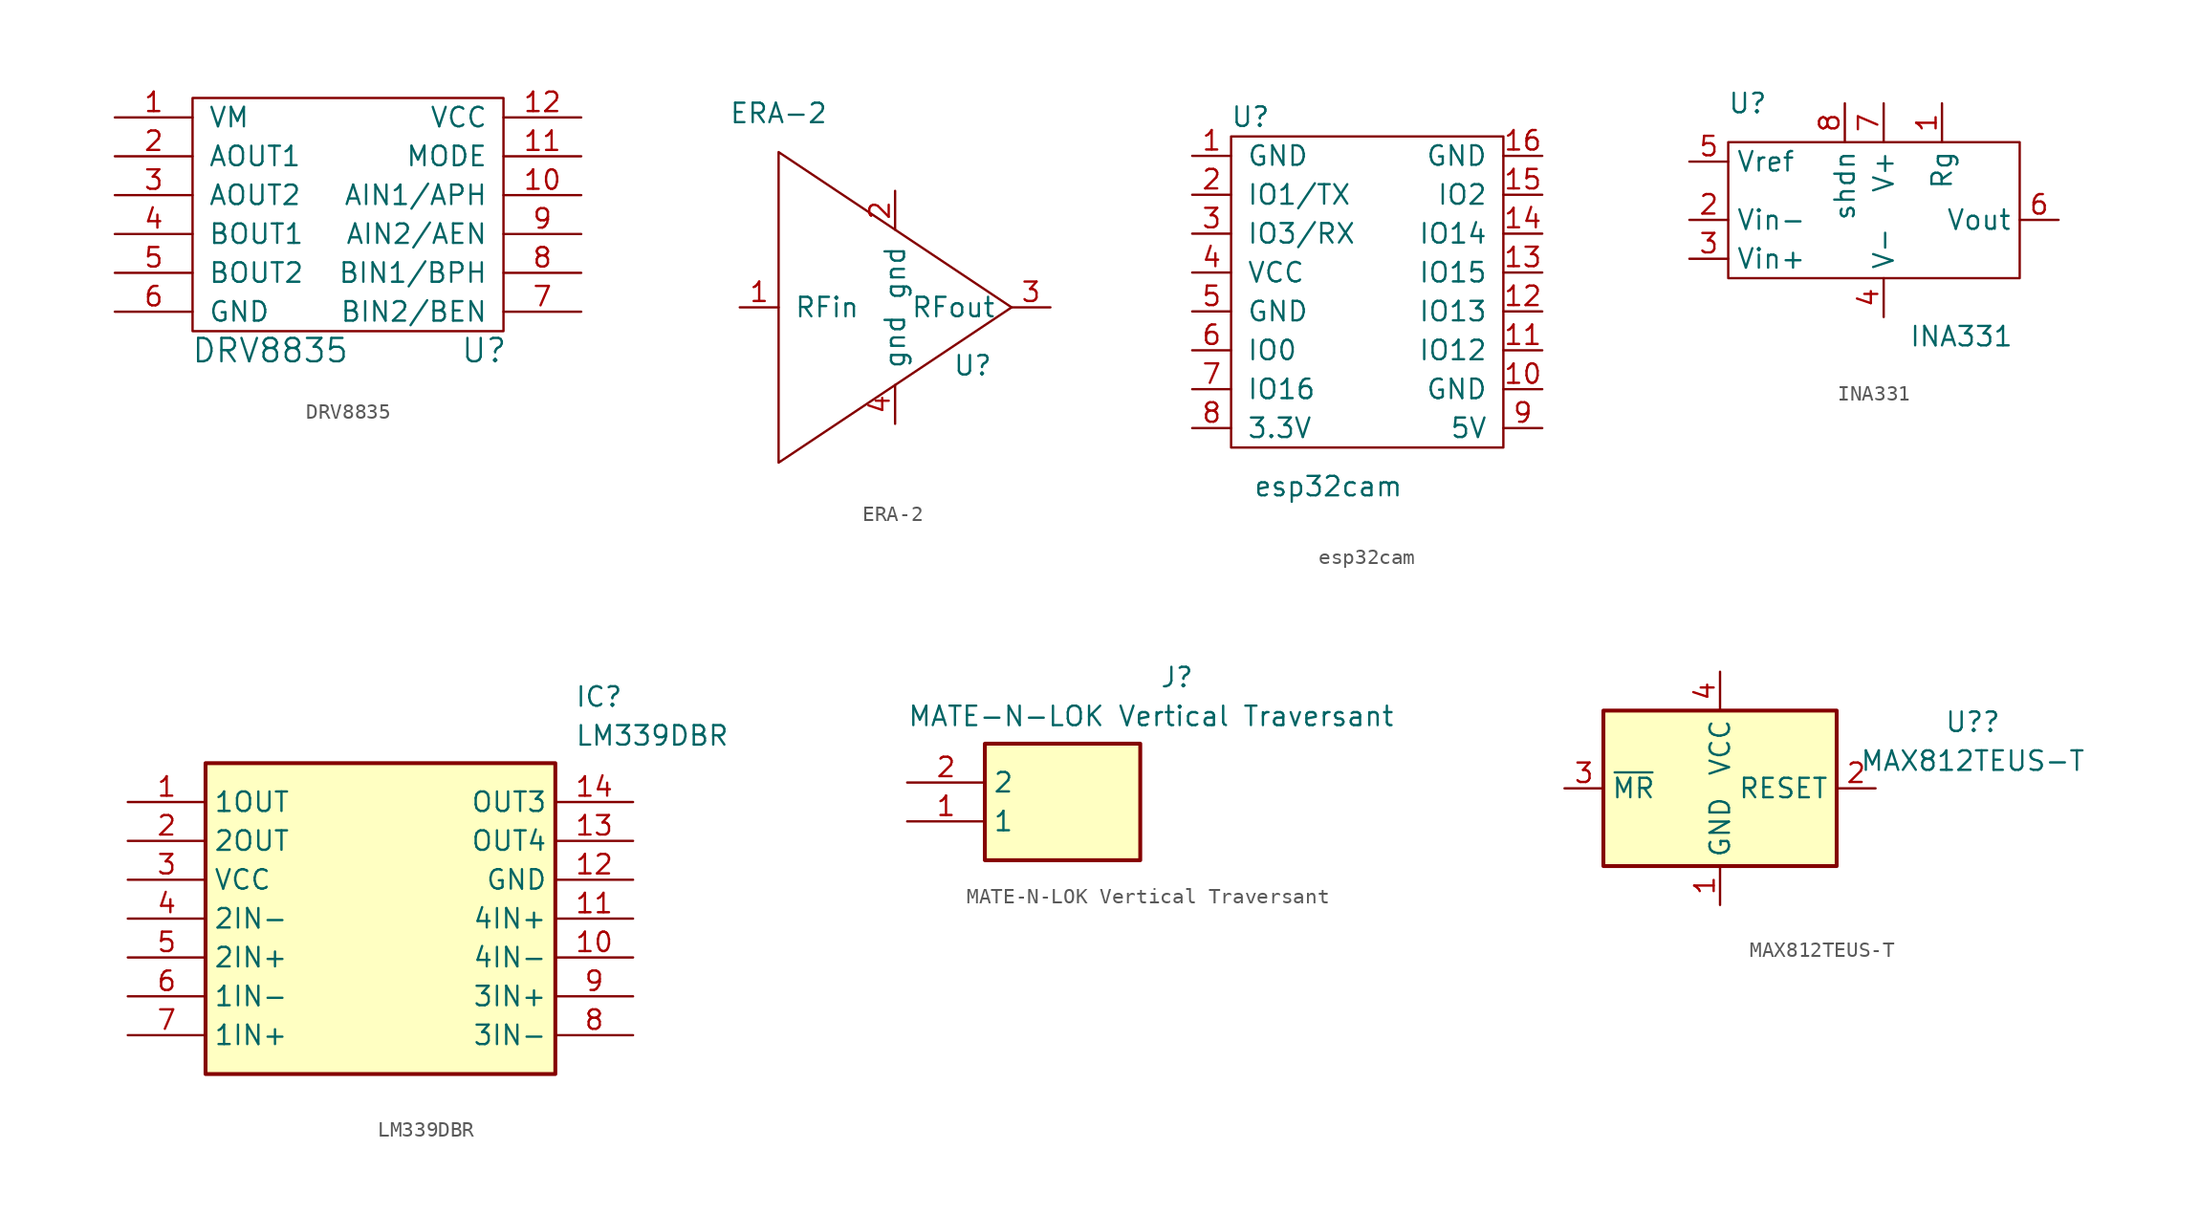
<source format=kicad_sym>
(kicad_symbol_lib
  (version 20231120)
  (generator "kicad_symbol_editor")
  (generator_version "8.0")
  (symbol "DRV8835"
    (pin_names
      (offset 1.016))
    (property "Reference" "U"
      (at 8.89 -8.89 0)
      (effects (font (size 1.524 1.524))))
    (property "Value" "DRV8835"
      (at -5.08 -8.89 0)
      (effects (font (size 1.524 1.524))))
    (symbol "DRV8835_0_1"
      (rectangle (start -10.16 7.62) (end 10.16 -7.62) (stroke (width 0) (type default)) (fill (type none))))
    (symbol "DRV8835_1_1"
      (pin passive line (at -15.24 6.35 0) (length 5.08) (name "VM" (effects (font (size 1.27 1.27)))) (number "1" (effects (font (size 1.27 1.27)))))
      (pin input line (at 15.24 1.27 180) (length 5.08) (name "AIN1/APH" (effects (font (size 1.27 1.27)))) (number "10" (effects (font (size 1.27 1.27)))))
      (pin input line (at 15.24 3.81 180) (length 5.08) (name "MODE" (effects (font (size 1.27 1.27)))) (number "11" (effects (font (size 1.27 1.27)))))
      (pin power_in line (at 15.24 6.35 180) (length 5.08) (name "VCC" (effects (font (size 1.27 1.27)))) (number "12" (effects (font (size 1.27 1.27)))))
      (pin passive line (at -15.24 3.81 0) (length 5.08) (name "AOUT1" (effects (font (size 1.27 1.27)))) (number "2" (effects (font (size 1.27 1.27)))))
      (pin passive line (at -15.24 1.27 0) (length 5.08) (name "AOUT2" (effects (font (size 1.27 1.27)))) (number "3" (effects (font (size 1.27 1.27)))))
      (pin passive line (at -15.24 -1.27 0) (length 5.08) (name "BOUT1" (effects (font (size 1.27 1.27)))) (number "4" (effects (font (size 1.27 1.27)))))
      (pin passive line (at -15.24 -3.81 0) (length 5.08) (name "BOUT2" (effects (font (size 1.27 1.27)))) (number "5" (effects (font (size 1.27 1.27)))))
      (pin passive line (at -15.24 -6.35 0) (length 5.08) (name "GND" (effects (font (size 1.27 1.27)))) (number "6" (effects (font (size 1.27 1.27)))))
      (pin input line (at 15.24 -6.35 180) (length 5.08) (name "BIN2/BEN" (effects (font (size 1.27 1.27)))) (number "7" (effects (font (size 1.27 1.27)))))
      (pin input line (at 15.24 -3.81 180) (length 5.08) (name "BIN1/BPH" (effects (font (size 1.27 1.27)))) (number "8" (effects (font (size 1.27 1.27)))))
      (pin input line (at 15.24 -1.27 180) (length 5.08) (name "AIN2/AEN" (effects (font (size 1.27 1.27)))) (number "9" (effects (font (size 1.27 1.27)))))))
  (symbol "ERA-2"
    (pin_names
      (offset 1.016))
    (property "Reference" "U"
      (at 5.08 -3.81 0)
      (effects (font (size 1.27 1.27))))
    (property "Value" "ERA-2"
      (at -7.62 12.7 0)
      (effects (font (size 1.27 1.27))))
    (symbol "ERA-2_0_1"
      (polyline (pts (xy 7.62 0) (xy -3.81 7.62) (xy -7.62 10.16) (xy -7.62 -10.16) (xy 7.62 0)) (stroke (width 0) (type default)) (fill (type none))))
    (symbol "ERA-2_1_1"
      (pin input line (at -10.16 0 0) (length 2.54) (name "RFin" (effects (font (size 1.27 1.27)))) (number "1" (effects (font (size 1.27 1.27)))))
      (pin input line (at 0 7.62 270) (length 2.54) (name "gnd" (effects (font (size 1.27 1.27)))) (number "2" (effects (font (size 1.27 1.27)))))
      (pin input line (at 10.16 0 180) (length 2.54) (name "RFout" (effects (font (size 1.27 1.27)))) (number "3" (effects (font (size 1.27 1.27)))))
      (pin input line (at 0 -7.62 90) (length 2.54) (name "gnd" (effects (font (size 1.27 1.27)))) (number "4" (effects (font (size 1.27 1.27)))))))
  (symbol "esp32cam"
    (pin_names
      (offset 1.016))
    (property "Reference" "U"
      (at -7.62 11.43 0)
      (effects (font (size 1.27 1.27))))
    (property "Value" "esp32cam"
      (at -2.54 -12.7 0)
      (effects (font (size 1.27 1.27))))
    (symbol "esp32cam_0_1"
      (rectangle (start -8.89 10.16) (end 8.89 -10.16) (stroke (width 0) (type default)) (fill (type none))))
    (symbol "esp32cam_1_1"
      (pin power_in line (at -11.43 8.89 0) (length 2.54) (name "GND" (effects (font (size 1.27 1.27)))) (number "1" (effects (font (size 1.27 1.27)))))
      (pin power_in line (at 11.43 -6.35 180) (length 2.54) (name "GND" (effects (font (size 1.27 1.27)))) (number "10" (effects (font (size 1.27 1.27)))))
      (pin input line (at 11.43 -3.81 180) (length 2.54) (name "IO12" (effects (font (size 1.27 1.27)))) (number "11" (effects (font (size 1.27 1.27)))))
      (pin input line (at 11.43 -1.27 180) (length 2.54) (name "IO13" (effects (font (size 1.27 1.27)))) (number "12" (effects (font (size 1.27 1.27)))))
      (pin input line (at 11.43 1.27 180) (length 2.54) (name "IO15" (effects (font (size 1.27 1.27)))) (number "13" (effects (font (size 1.27 1.27)))))
      (pin input line (at 11.43 3.81 180) (length 2.54) (name "IO14" (effects (font (size 1.27 1.27)))) (number "14" (effects (font (size 1.27 1.27)))))
      (pin input line (at 11.43 6.35 180) (length 2.54) (name "IO2" (effects (font (size 1.27 1.27)))) (number "15" (effects (font (size 1.27 1.27)))))
      (pin power_in line (at 11.43 8.89 180) (length 2.54) (name "GND" (effects (font (size 1.27 1.27)))) (number "16" (effects (font (size 1.27 1.27)))))
      (pin output line (at -11.43 6.35 0) (length 2.54) (name "IO1/TX" (effects (font (size 1.27 1.27)))) (number "2" (effects (font (size 1.27 1.27)))))
      (pin input line (at -11.43 3.81 0) (length 2.54) (name "IO3/RX" (effects (font (size 1.27 1.27)))) (number "3" (effects (font (size 1.27 1.27)))))
      (pin power_out line (at -11.43 1.27 0) (length 2.54) (name "VCC" (effects (font (size 1.27 1.27)))) (number "4" (effects (font (size 1.27 1.27)))))
      (pin power_in line (at -11.43 -1.27 0) (length 2.54) (name "GND" (effects (font (size 1.27 1.27)))) (number "5" (effects (font (size 1.27 1.27)))))
      (pin input line (at -11.43 -3.81 0) (length 2.54) (name "IO0" (effects (font (size 1.27 1.27)))) (number "6" (effects (font (size 1.27 1.27)))))
      (pin input line (at -11.43 -6.35 0) (length 2.54) (name "IO16" (effects (font (size 1.27 1.27)))) (number "7" (effects (font (size 1.27 1.27)))))
      (pin power_in line (at -11.43 -8.89 0) (length 2.54) (name "3.3V" (effects (font (size 1.27 1.27)))) (number "8" (effects (font (size 1.27 1.27)))))
      (pin power_in line (at 11.43 -8.89 180) (length 2.54) (name "5V" (effects (font (size 1.27 1.27)))) (number "9" (effects (font (size 1.27 1.27)))))))
  (symbol "INA331"
    (property "Reference" "U"
      (at -8.89 8.89 0)
      (effects (font (size 1.27 1.27))))
    (property "Value" "INA331"
      (at 5.08 -6.35 0)
      (effects (font (size 1.27 1.27))))
    (symbol "INA331_0_1"
      (rectangle (start -10.16 6.35) (end 8.89 -2.54) (stroke (width 0) (type default)) (fill (type none))))
    (symbol "INA331_1_1"
      (pin input line (at 3.81 8.89 270) (length 2.54) (name "Rg" (effects (font (size 1.27 1.27)))) (number "1" (effects (font (size 1.27 1.27)))))
      (pin input line (at -12.7 1.27 0) (length 2.54) (name "Vin-" (effects (font (size 1.27 1.27)))) (number "2" (effects (font (size 1.27 1.27)))))
      (pin input line (at -12.7 -1.27 0) (length 2.54) (name "Vin+" (effects (font (size 1.27 1.27)))) (number "3" (effects (font (size 1.27 1.27)))))
      (pin input line (at 0 -5.08 90) (length 2.54) (name "V-" (effects (font (size 1.27 1.27)))) (number "4" (effects (font (size 1.27 1.27)))))
      (pin input line (at -12.7 5.08 0) (length 2.54) (name "Vref" (effects (font (size 1.27 1.27)))) (number "5" (effects (font (size 1.27 1.27)))))
      (pin input line (at 11.43 1.27 180) (length 2.54) (name "Vout" (effects (font (size 1.27 1.27)))) (number "6" (effects (font (size 1.27 1.27)))))
      (pin input line (at 0 8.89 270) (length 2.54) (name "V+" (effects (font (size 1.27 1.27)))) (number "7" (effects (font (size 1.27 1.27)))))
      (pin input line (at -2.54 8.89 270) (length 2.54) (name "shdn" (effects (font (size 1.27 1.27)))) (number "8" (effects (font (size 1.27 1.27)))))))
  (symbol "LM339DBR"
    (property "Reference" "IC"
      (at 29.21 7.62 0)
      (effects (font (size 1.27 1.27)) (justify left top)))
    (property "Value" "LM339DBR"
      (at 29.21 5.08 0)
      (effects (font (size 1.27 1.27)) (justify left top)))
    (symbol "LM339DBR_1_1"
      (rectangle (start 5.08 2.54) (end 27.94 -17.78) (stroke (width 0.254) (type default)) (fill (type background)))
      (pin passive line (at 0 0 0) (length 5.08) (name "1OUT" (effects (font (size 1.27 1.27)))) (number "1" (effects (font (size 1.27 1.27)))))
      (pin passive line (at 33.02 -10.16 180) (length 5.08) (name "4IN-" (effects (font (size 1.27 1.27)))) (number "10" (effects (font (size 1.27 1.27)))))
      (pin passive line (at 33.02 -7.62 180) (length 5.08) (name "4IN+" (effects (font (size 1.27 1.27)))) (number "11" (effects (font (size 1.27 1.27)))))
      (pin passive line (at 33.02 -5.08 180) (length 5.08) (name "GND" (effects (font (size 1.27 1.27)))) (number "12" (effects (font (size 1.27 1.27)))))
      (pin passive line (at 33.02 -2.54 180) (length 5.08) (name "OUT4" (effects (font (size 1.27 1.27)))) (number "13" (effects (font (size 1.27 1.27)))))
      (pin passive line (at 33.02 0 180) (length 5.08) (name "OUT3" (effects (font (size 1.27 1.27)))) (number "14" (effects (font (size 1.27 1.27)))))
      (pin passive line (at 0 -2.54 0) (length 5.08) (name "2OUT" (effects (font (size 1.27 1.27)))) (number "2" (effects (font (size 1.27 1.27)))))
      (pin passive line (at 0 -5.08 0) (length 5.08) (name "VCC" (effects (font (size 1.27 1.27)))) (number "3" (effects (font (size 1.27 1.27)))))
      (pin passive line (at 0 -7.62 0) (length 5.08) (name "2IN-" (effects (font (size 1.27 1.27)))) (number "4" (effects (font (size 1.27 1.27)))))
      (pin passive line (at 0 -10.16 0) (length 5.08) (name "2IN+" (effects (font (size 1.27 1.27)))) (number "5" (effects (font (size 1.27 1.27)))))
      (pin passive line (at 0 -12.7 0) (length 5.08) (name "1IN-" (effects (font (size 1.27 1.27)))) (number "6" (effects (font (size 1.27 1.27)))))
      (pin passive line (at 0 -15.24 0) (length 5.08) (name "1IN+" (effects (font (size 1.27 1.27)))) (number "7" (effects (font (size 1.27 1.27)))))
      (pin passive line (at 33.02 -15.24 180) (length 5.08) (name "3IN-" (effects (font (size 1.27 1.27)))) (number "8" (effects (font (size 1.27 1.27)))))
      (pin passive line (at 33.02 -12.7 180) (length 5.08) (name "3IN+" (effects (font (size 1.27 1.27)))) (number "9" (effects (font (size 1.27 1.27)))))))
  (symbol "MATE-N-LOK Vertical Traversant"
    (property "Reference" "J"
      (at 16.51 7.62 0)
      (effects (font (size 1.27 1.27)) (justify left top)))
    (property "Value" "MATE-N-LOK Vertical Traversant"
      (at 0 5.08 0)
      (effects (font (size 1.27 1.27)) (justify left top)))
    (symbol "MATE-N-LOK Vertical Traversant_1_1"
      (rectangle (start 5.08 2.54) (end 15.24 -5.08) (stroke (width 0.254) (type default)) (fill (type background)))
      (pin passive line (at 0 -2.54 0) (length 5.08) (name "1" (effects (font (size 1.27 1.27)))) (number "1" (effects (font (size 1.27 1.27)))))
      (pin passive line (at 0 0 0) (length 5.08) (name "2" (effects (font (size 1.27 1.27)))) (number "2" (effects (font (size 1.27 1.27)))))))
  (symbol "MAX812TEUS-T"
    (property "Reference" "U?"
      (at 16.51 4.331 0)
      (effects (font (size 1.27 1.27))))
    (property "Value" "MAX812TEUS-T"
      (at 16.51 1.791 0)
      (effects (font (size 1.27 1.27))))
    (symbol "MAX812TEUS-T_0_1"
      (rectangle (start -7.62 5.08) (end 7.62 -5.08) (stroke (width 0.254) (type default)) (fill (type background))))
    (symbol "MAX812TEUS-T_1_1"
      (pin power_in line (at 0 -7.62 90) (length 2.54) (name "GND" (effects (font (size 1.27 1.27)))) (number "1" (effects (font (size 1.27 1.27)))))
      (pin output line (at 10.16 0 180) (length 2.54) (name "RESET" (effects (font (size 1.27 1.27)))) (number "2" (effects (font (size 1.27 1.27)))))
      (pin input line (at -10.16 0 0) (length 2.54) (name "~{MR}" (effects (font (size 1.27 1.27)))) (number "3" (effects (font (size 1.27 1.27)))))
      (pin power_in line (at 0 7.62 270) (length 2.54) (name "VCC" (effects (font (size 1.27 1.27)))) (number "4" (effects (font (size 1.27 1.27))))))))
</source>
